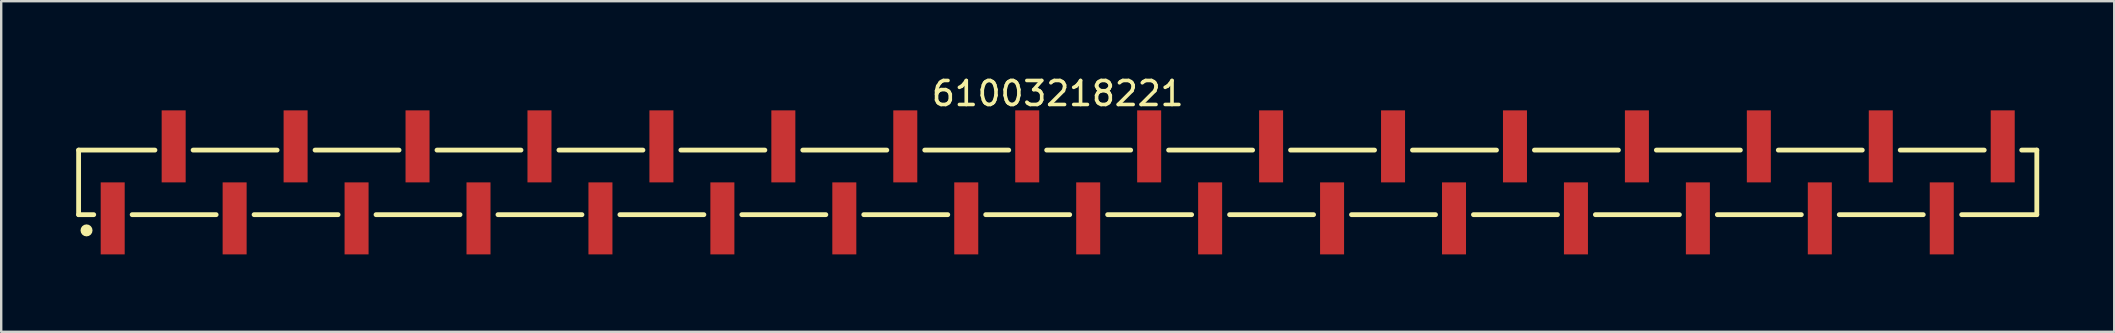
<source format=kicad_pcb>
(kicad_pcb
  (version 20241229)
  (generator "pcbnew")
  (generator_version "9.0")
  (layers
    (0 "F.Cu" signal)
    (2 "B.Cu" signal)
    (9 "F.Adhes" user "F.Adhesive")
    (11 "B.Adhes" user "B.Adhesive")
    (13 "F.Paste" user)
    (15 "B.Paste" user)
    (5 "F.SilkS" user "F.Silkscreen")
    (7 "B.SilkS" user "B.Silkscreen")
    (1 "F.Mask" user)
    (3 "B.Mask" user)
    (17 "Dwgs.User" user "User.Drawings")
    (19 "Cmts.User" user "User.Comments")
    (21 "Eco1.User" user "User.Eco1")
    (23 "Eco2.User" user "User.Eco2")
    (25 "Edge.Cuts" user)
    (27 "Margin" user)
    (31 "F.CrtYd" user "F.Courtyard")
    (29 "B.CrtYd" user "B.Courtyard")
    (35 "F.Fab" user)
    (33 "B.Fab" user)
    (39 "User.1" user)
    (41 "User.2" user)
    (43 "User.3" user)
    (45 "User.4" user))
  (footprint "61003218221"
    (layer "F.Cu")
    (at 41.015 4.548)
    (property "Reference" "61003218221" (at 0 -3.7 0) (layer "F.SilkS") (effects (font (size 1 1) (thickness 0.15))))
    (fp_line (start -40.79 -1.345) (end -37.61 -1.345) (stroke (width 0.2) (type solid)) (layer "F.SilkS"))
    (fp_line (start -40.79 1.345) (end -40.79 -1.345) (stroke (width 0.2) (type solid)) (layer "F.SilkS"))
    (fp_line (start -40.79 1.345) (end -40.16 1.345) (stroke (width 0.2) (type solid)) (layer "F.SilkS"))
    (fp_line (start -38.56 1.345) (end -35.06 1.345) (stroke (width 0.2) (type solid)) (layer "F.SilkS"))
    (fp_line (start -36.02 -1.345) (end -32.52 -1.345) (stroke (width 0.2) (type solid)) (layer "F.SilkS"))
    (fp_line (start -33.48 1.345) (end -29.98 1.345) (stroke (width 0.2) (type solid)) (layer "F.SilkS"))
    (fp_line (start -30.94 -1.345) (end -27.44 -1.345) (stroke (width 0.2) (type solid)) (layer "F.SilkS"))
    (fp_line (start -28.4 1.345) (end -24.9 1.345) (stroke (width 0.2) (type solid)) (layer "F.SilkS"))
    (fp_line (start -25.86 -1.345) (end -22.36 -1.345) (stroke (width 0.2) (type solid)) (layer "F.SilkS"))
    (fp_line (start -23.32 1.345) (end -19.82 1.345) (stroke (width 0.2) (type solid)) (layer "F.SilkS"))
    (fp_line (start -20.78 -1.345) (end -17.28 -1.345) (stroke (width 0.2) (type solid)) (layer "F.SilkS"))
    (fp_line (start -18.24 1.345) (end -14.74 1.345) (stroke (width 0.2) (type solid)) (layer "F.SilkS"))
    (fp_line (start -15.7 -1.345) (end -12.2 -1.345) (stroke (width 0.2) (type solid)) (layer "F.SilkS"))
    (fp_line (start -13.16 1.345) (end -9.66 1.345) (stroke (width 0.2) (type solid)) (layer "F.SilkS"))
    (fp_line (start -10.62 -1.345) (end -7.12 -1.345) (stroke (width 0.2) (type solid)) (layer "F.SilkS"))
    (fp_line (start -8.08 1.345) (end -4.58 1.345) (stroke (width 0.2) (type solid)) (layer "F.SilkS"))
    (fp_line (start -5.54 -1.345) (end -2.04 -1.345) (stroke (width 0.2) (type solid)) (layer "F.SilkS"))
    (fp_line (start -3 1.345) (end 0.5 1.345) (stroke (width 0.2) (type solid)) (layer "F.SilkS"))
    (fp_line (start -0.46 -1.345) (end 3.04 -1.345) (stroke (width 0.2) (type solid)) (layer "F.SilkS"))
    (fp_line (start 2.08 1.345) (end 5.58 1.345) (stroke (width 0.2) (type solid)) (layer "F.SilkS"))
    (fp_line (start 4.62 -1.345) (end 8.12 -1.345) (stroke (width 0.2) (type solid)) (layer "F.SilkS"))
    (fp_line (start 7.16 1.345) (end 10.66 1.345) (stroke (width 0.2) (type solid)) (layer "F.SilkS"))
    (fp_line (start 9.7 -1.345) (end 13.2 -1.345) (stroke (width 0.2) (type solid)) (layer "F.SilkS"))
    (fp_line (start 12.24 1.345) (end 15.74 1.345) (stroke (width 0.2) (type solid)) (layer "F.SilkS"))
    (fp_line (start 14.78 -1.345) (end 18.28 -1.345) (stroke (width 0.2) (type solid)) (layer "F.SilkS"))
    (fp_line (start 17.32 1.345) (end 20.82 1.345) (stroke (width 0.2) (type solid)) (layer "F.SilkS"))
    (fp_line (start 19.86 -1.345) (end 23.36 -1.345) (stroke (width 0.2) (type solid)) (layer "F.SilkS"))
    (fp_line (start 22.4 1.345) (end 25.9 1.345) (stroke (width 0.2) (type solid)) (layer "F.SilkS"))
    (fp_line (start 24.94 -1.345) (end 28.44 -1.345) (stroke (width 0.2) (type solid)) (layer "F.SilkS"))
    (fp_line (start 27.48 1.345) (end 30.98 1.345) (stroke (width 0.2) (type solid)) (layer "F.SilkS"))
    (fp_line (start 30.02 -1.345) (end 33.52 -1.345) (stroke (width 0.2) (type solid)) (layer "F.SilkS"))
    (fp_line (start 32.56 1.345) (end 36.06 1.345) (stroke (width 0.2) (type solid)) (layer "F.SilkS"))
    (fp_line (start 35.1 -1.345) (end 38.6 -1.345) (stroke (width 0.2) (type solid)) (layer "F.SilkS"))
    (fp_line (start 37.66 1.345) (end 40.79 1.345) (stroke (width 0.2) (type solid)) (layer "F.SilkS"))
    (fp_line (start 40.16 -1.345) (end 40.79 -1.345) (stroke (width 0.2) (type solid)) (layer "F.SilkS"))
    (fp_line (start 40.79 1.345) (end 40.79 -1.345) (stroke (width 0.2) (type solid)) (layer "F.SilkS"))
    (fp_circle (center -40.46 2) (end -40.46 1.875) (stroke (width 0.25) (type solid)) (fill no) (layer "F.SilkS"))
    (fp_line (start -40.99 -3.2) (end 40.99 -3.2) (stroke (width 0.05) (type solid)) (layer "Eco2.User"))
    (fp_line (start -40.99 3.2) (end -40.99 -3.2) (stroke (width 0.05) (type solid)) (layer "Eco2.User"))
    (fp_line (start -40.99 3.2) (end 40.99 3.2) (stroke (width 0.05) (type solid)) (layer "Eco2.User"))
    (fp_line (start -40.64 -1.27) (end 40.64 -1.27) (stroke (width 0.1) (type solid)) (layer "Eco2.User"))
    (fp_line (start -40.64 1.27) (end -40.64 -1.27) (stroke (width 0.1) (type solid)) (layer "Eco2.User"))
    (fp_line (start -40.64 1.27) (end 40.64 1.27) (stroke (width 0.1) (type solid)) (layer "Eco2.User"))
    (fp_line (start -39.69 2.5) (end -39.69 1.27) (stroke (width 0.1) (type solid)) (layer "Eco2.User"))
    (fp_line (start -39.69 2.5) (end -39.05 2.5) (stroke (width 0.1) (type solid)) (layer "Eco2.User"))
    (fp_line (start -39.05 2.5) (end -39.05 1.27) (stroke (width 0.1) (type solid)) (layer "Eco2.User"))
    (fp_line (start -37.15 -2.5) (end -36.51 -2.5) (stroke (width 0.1) (type solid)) (layer "Eco2.User"))
    (fp_line (start -37.15 -1.27) (end -37.15 -2.5) (stroke (width 0.1) (type solid)) (layer "Eco2.User"))
    (fp_line (start -36.51 -1.27) (end -36.51 -2.5) (stroke (width 0.1) (type solid)) (layer "Eco2.User"))
    (fp_line (start -34.61 2.5) (end -34.61 1.27) (stroke (width 0.1) (type solid)) (layer "Eco2.User"))
    (fp_line (start -34.61 2.5) (end -33.97 2.5) (stroke (width 0.1) (type solid)) (layer "Eco2.User"))
    (fp_line (start -33.97 2.5) (end -33.97 1.27) (stroke (width 0.1) (type solid)) (layer "Eco2.User"))
    (fp_line (start -32.07 -2.5) (end -31.43 -2.5) (stroke (width 0.1) (type solid)) (layer "Eco2.User"))
    (fp_line (start -32.07 -1.27) (end -32.07 -2.5) (stroke (width 0.1) (type solid)) (layer "Eco2.User"))
    (fp_line (start -31.43 -1.27) (end -31.43 -2.5) (stroke (width 0.1) (type solid)) (layer "Eco2.User"))
    (fp_line (start -29.53 2.5) (end -29.53 1.27) (stroke (width 0.1) (type solid)) (layer "Eco2.User"))
    (fp_line (start -29.53 2.5) (end -28.89 2.5) (stroke (width 0.1) (type solid)) (layer "Eco2.User"))
    (fp_line (start -28.89 2.5) (end -28.89 1.27) (stroke (width 0.1) (type solid)) (layer "Eco2.User"))
    (fp_line (start -26.99 -2.5) (end -26.35 -2.5) (stroke (width 0.1) (type solid)) (layer "Eco2.User"))
    (fp_line (start -26.99 -1.27) (end -26.99 -2.5) (stroke (width 0.1) (type solid)) (layer "Eco2.User"))
    (fp_line (start -26.35 -1.27) (end -26.35 -2.5) (stroke (width 0.1) (type solid)) (layer "Eco2.User"))
    (fp_line (start -24.45 2.5) (end -24.45 1.27) (stroke (width 0.1) (type solid)) (layer "Eco2.User"))
    (fp_line (start -24.45 2.5) (end -23.81 2.5) (stroke (width 0.1) (type solid)) (layer "Eco2.User"))
    (fp_line (start -23.81 2.5) (end -23.81 1.27) (stroke (width 0.1) (type solid)) (layer "Eco2.User"))
    (fp_line (start -21.91 -2.5) (end -21.27 -2.5) (stroke (width 0.1) (type solid)) (layer "Eco2.User"))
    (fp_line (start -21.91 -1.27) (end -21.91 -2.5) (stroke (width 0.1) (type solid)) (layer "Eco2.User"))
    (fp_line (start -21.27 -1.27) (end -21.27 -2.5) (stroke (width 0.1) (type solid)) (layer "Eco2.User"))
    (fp_line (start -19.37 2.5) (end -19.37 1.27) (stroke (width 0.1) (type solid)) (layer "Eco2.User"))
    (fp_line (start -19.37 2.5) (end -18.73 2.5) (stroke (width 0.1) (type solid)) (layer "Eco2.User"))
    (fp_line (start -18.73 2.5) (end -18.73 1.27) (stroke (width 0.1) (type solid)) (layer "Eco2.User"))
    (fp_line (start -16.83 -2.5) (end -16.19 -2.5) (stroke (width 0.1) (type solid)) (layer "Eco2.User"))
    (fp_line (start -16.83 -1.27) (end -16.83 -2.5) (stroke (width 0.1) (type solid)) (layer "Eco2.User"))
    (fp_line (start -16.19 -1.27) (end -16.19 -2.5) (stroke (width 0.1) (type solid)) (layer "Eco2.User"))
    (fp_line (start -14.29 2.5) (end -14.29 1.27) (stroke (width 0.1) (type solid)) (layer "Eco2.User"))
    (fp_line (start -14.29 2.5) (end -13.65 2.5) (stroke (width 0.1) (type solid)) (layer "Eco2.User"))
    (fp_line (start -13.65 2.5) (end -13.65 1.27) (stroke (width 0.1) (type solid)) (layer "Eco2.User"))
    (fp_line (start -11.75 -2.5) (end -11.11 -2.5) (stroke (width 0.1) (type solid)) (layer "Eco2.User"))
    (fp_line (start -11.75 -1.27) (end -11.75 -2.5) (stroke (width 0.1) (type solid)) (layer "Eco2.User"))
    (fp_line (start -11.11 -1.27) (end -11.11 -2.5) (stroke (width 0.1) (type solid)) (layer "Eco2.User"))
    (fp_line (start -9.21 2.5) (end -9.21 1.27) (stroke (width 0.1) (type solid)) (layer "Eco2.User"))
    (fp_line (start -9.21 2.5) (end -8.57 2.5) (stroke (width 0.1) (type solid)) (layer "Eco2.User"))
    (fp_line (start -8.57 2.5) (end -8.57 1.27) (stroke (width 0.1) (type solid)) (layer "Eco2.User"))
    (fp_line (start -6.67 -2.5) (end -6.03 -2.5) (stroke (width 0.1) (type solid)) (layer "Eco2.User"))
    (fp_line (start -6.67 -1.27) (end -6.67 -2.5) (stroke (width 0.1) (type solid)) (layer "Eco2.User"))
    (fp_line (start -6.03 -1.27) (end -6.03 -2.5) (stroke (width 0.1) (type solid)) (layer "Eco2.User"))
    (fp_line (start -4.13 2.5) (end -4.13 1.27) (stroke (width 0.1) (type solid)) (layer "Eco2.User"))
    (fp_line (start -4.13 2.5) (end -3.49 2.5) (stroke (width 0.1) (type solid)) (layer "Eco2.User"))
    (fp_line (start -3.49 2.5) (end -3.49 1.27) (stroke (width 0.1) (type solid)) (layer "Eco2.User"))
    (fp_line (start -1.59 -2.5) (end -0.95 -2.5) (stroke (width 0.1) (type solid)) (layer "Eco2.User"))
    (fp_line (start -1.59 -1.27) (end -1.59 -2.5) (stroke (width 0.1) (type solid)) (layer "Eco2.User"))
    (fp_line (start -0.95 -1.27) (end -0.95 -2.5) (stroke (width 0.1) (type solid)) (layer "Eco2.User"))
    (fp_line (start -0.5 0) (end 0.5 0) (stroke (width 0.05) (type solid)) (layer "Eco2.User"))
    (fp_line (start 0 0.5) (end 0 -0.5) (stroke (width 0.05) (type solid)) (layer "Eco2.User"))
    (fp_line (start 0.95 2.5) (end 0.95 1.27) (stroke (width 0.1) (type solid)) (layer "Eco2.User"))
    (fp_line (start 0.95 2.5) (end 1.59 2.5) (stroke (width 0.1) (type solid)) (layer "Eco2.User"))
    (fp_line (start 1.59 2.5) (end 1.59 1.27) (stroke (width 0.1) (type solid)) (layer "Eco2.User"))
    (fp_line (start 3.49 -2.5) (end 4.13 -2.5) (stroke (width 0.1) (type solid)) (layer "Eco2.User"))
    (fp_line (start 3.49 -1.27) (end 3.49 -2.5) (stroke (width 0.1) (type solid)) (layer "Eco2.User"))
    (fp_line (start 4.13 -1.27) (end 4.13 -2.5) (stroke (width 0.1) (type solid)) (layer "Eco2.User"))
    (fp_line (start 6.03 2.5) (end 6.03 1.27) (stroke (width 0.1) (type solid)) (layer "Eco2.User"))
    (fp_line (start 6.03 2.5) (end 6.67 2.5) (stroke (width 0.1) (type solid)) (layer "Eco2.User"))
    (fp_line (start 6.67 2.5) (end 6.67 1.27) (stroke (width 0.1) (type solid)) (layer "Eco2.User"))
    (fp_line (start 8.57 -2.5) (end 9.21 -2.5) (stroke (width 0.1) (type solid)) (layer "Eco2.User"))
    (fp_line (start 8.57 -1.27) (end 8.57 -2.5) (stroke (width 0.1) (type solid)) (layer "Eco2.User"))
    (fp_line (start 9.21 -1.27) (end 9.21 -2.5) (stroke (width 0.1) (type solid)) (layer "Eco2.User"))
    (fp_line (start 11.11 2.5) (end 11.11 1.27) (stroke (width 0.1) (type solid)) (layer "Eco2.User"))
    (fp_line (start 11.11 2.5) (end 11.75 2.5) (stroke (width 0.1) (type solid)) (layer "Eco2.User"))
    (fp_line (start 11.75 2.5) (end 11.75 1.27) (stroke (width 0.1) (type solid)) (layer "Eco2.User"))
    (fp_line (start 13.65 -2.5) (end 14.29 -2.5) (stroke (width 0.1) (type solid)) (layer "Eco2.User"))
    (fp_line (start 13.65 -1.27) (end 13.65 -2.5) (stroke (width 0.1) (type solid)) (layer "Eco2.User"))
    (fp_line (start 14.29 -1.27) (end 14.29 -2.5) (stroke (width 0.1) (type solid)) (layer "Eco2.User"))
    (fp_line (start 16.19 2.5) (end 16.19 1.27) (stroke (width 0.1) (type solid)) (layer "Eco2.User"))
    (fp_line (start 16.19 2.5) (end 16.83 2.5) (stroke (width 0.1) (type solid)) (layer "Eco2.User"))
    (fp_line (start 16.83 2.5) (end 16.83 1.27) (stroke (width 0.1) (type solid)) (layer "Eco2.User"))
    (fp_line (start 18.73 -2.5) (end 19.37 -2.5) (stroke (width 0.1) (type solid)) (layer "Eco2.User"))
    (fp_line (start 18.73 -1.27) (end 18.73 -2.5) (stroke (width 0.1) (type solid)) (layer "Eco2.User"))
    (fp_line (start 19.37 -1.27) (end 19.37 -2.5) (stroke (width 0.1) (type solid)) (layer "Eco2.User"))
    (fp_line (start 21.27 2.5) (end 21.27 1.27) (stroke (width 0.1) (type solid)) (layer "Eco2.User"))
    (fp_line (start 21.27 2.5) (end 21.91 2.5) (stroke (width 0.1) (type solid)) (layer "Eco2.User"))
    (fp_line (start 21.91 2.5) (end 21.91 1.27) (stroke (width 0.1) (type solid)) (layer "Eco2.User"))
    (fp_line (start 23.81 -2.5) (end 24.45 -2.5) (stroke (width 0.1) (type solid)) (layer "Eco2.User"))
    (fp_line (start 23.81 -1.27) (end 23.81 -2.5) (stroke (width 0.1) (type solid)) (layer "Eco2.User"))
    (fp_line (start 24.45 -1.27) (end 24.45 -2.5) (stroke (width 0.1) (type solid)) (layer "Eco2.User"))
    (fp_line (start 26.35 2.5) (end 26.35 1.27) (stroke (width 0.1) (type solid)) (layer "Eco2.User"))
    (fp_line (start 26.35 2.5) (end 26.99 2.5) (stroke (width 0.1) (type solid)) (layer "Eco2.User"))
    (fp_line (start 26.99 2.5) (end 26.99 1.27) (stroke (width 0.1) (type solid)) (layer "Eco2.User"))
    (fp_line (start 28.89 -2.5) (end 29.53 -2.5) (stroke (width 0.1) (type solid)) (layer "Eco2.User"))
    (fp_line (start 28.89 -1.27) (end 28.89 -2.5) (stroke (width 0.1) (type solid)) (layer "Eco2.User"))
    (fp_line (start 29.53 -1.27) (end 29.53 -2.5) (stroke (width 0.1) (type solid)) (layer "Eco2.User"))
    (fp_line (start 31.43 2.5) (end 31.43 1.27) (stroke (width 0.1) (type solid)) (layer "Eco2.User"))
    (fp_line (start 31.43 2.5) (end 32.07 2.5) (stroke (width 0.1) (type solid)) (layer "Eco2.User"))
    (fp_line (start 32.07 2.5) (end 32.07 1.27) (stroke (width 0.1) (type solid)) (layer "Eco2.User"))
    (fp_line (start 33.97 -2.5) (end 34.61 -2.5) (stroke (width 0.1) (type solid)) (layer "Eco2.User"))
    (fp_line (start 33.97 -1.27) (end 33.97 -2.5) (stroke (width 0.1) (type solid)) (layer "Eco2.User"))
    (fp_line (start 34.61 -1.27) (end 34.61 -2.5) (stroke (width 0.1) (type solid)) (layer "Eco2.User"))
    (fp_line (start 36.51 2.5) (end 36.51 1.27) (stroke (width 0.1) (type solid)) (layer "Eco2.User"))
    (fp_line (start 36.51 2.5) (end 37.15 2.5) (stroke (width 0.1) (type solid)) (layer "Eco2.User"))
    (fp_line (start 37.15 2.5) (end 37.15 1.27) (stroke (width 0.1) (type solid)) (layer "Eco2.User"))
    (fp_line (start 39.05 -2.5) (end 39.69 -2.5) (stroke (width 0.1) (type solid)) (layer "Eco2.User"))
    (fp_line (start 39.05 -1.27) (end 39.05 -2.5) (stroke (width 0.1) (type solid)) (layer "Eco2.User"))
    (fp_line (start 39.69 -1.27) (end 39.69 -2.5) (stroke (width 0.1) (type solid)) (layer "Eco2.User"))
    (fp_line (start 40.64 1.27) (end 40.64 -1.27) (stroke (width 0.1) (type solid)) (layer "Eco2.User"))
    (fp_line (start 40.99 3.2) (end 40.99 -3.2) (stroke (width 0.05) (type solid)) (layer "Eco2.User"))
    (fp_text user "${REFERENCE}" (at 0.15 -0.197 0) (unlocked yes) (layer "User.3") (effects (font (size 1.5 1.5) (thickness 0.15))))
    (pad "1" smd rect (at -39.37 1.5) (size 1 3) (layers "F.Cu" "F.Mask" "F.Paste"))
    (pad "2" smd rect (at -36.83 -1.5) (size 1 3) (layers "F.Cu" "F.Mask" "F.Paste"))
    (pad "3" smd rect (at -34.29 1.5) (size 1 3) (layers "F.Cu" "F.Mask" "F.Paste"))
    (pad "4" smd rect (at -31.75 -1.5) (size 1 3) (layers "F.Cu" "F.Mask" "F.Paste"))
    (pad "5" smd rect (at -29.21 1.5) (size 1 3) (layers "F.Cu" "F.Mask" "F.Paste"))
    (pad "6" smd rect (at -26.67 -1.5) (size 1 3) (layers "F.Cu" "F.Mask" "F.Paste"))
    (pad "7" smd rect (at -24.13 1.5) (size 1 3) (layers "F.Cu" "F.Mask" "F.Paste"))
    (pad "8" smd rect (at -21.59 -1.5) (size 1 3) (layers "F.Cu" "F.Mask" "F.Paste"))
    (pad "9" smd rect (at -19.05 1.5) (size 1 3) (layers "F.Cu" "F.Mask" "F.Paste"))
    (pad "10" smd rect (at -16.51 -1.5) (size 1 3) (layers "F.Cu" "F.Mask" "F.Paste"))
    (pad "11" smd rect (at -13.97 1.5) (size 1 3) (layers "F.Cu" "F.Mask" "F.Paste"))
    (pad "12" smd rect (at -11.43 -1.5) (size 1 3) (layers "F.Cu" "F.Mask" "F.Paste"))
    (pad "13" smd rect (at -8.89 1.5) (size 1 3) (layers "F.Cu" "F.Mask" "F.Paste"))
    (pad "14" smd rect (at -6.35 -1.5) (size 1 3) (layers "F.Cu" "F.Mask" "F.Paste"))
    (pad "15" smd rect (at -3.81 1.5) (size 1 3) (layers "F.Cu" "F.Mask" "F.Paste"))
    (pad "16" smd rect (at -1.27 -1.5) (size 1 3) (layers "F.Cu" "F.Mask" "F.Paste"))
    (pad "17" smd rect (at 1.27 1.5) (size 1 3) (layers "F.Cu" "F.Mask" "F.Paste"))
    (pad "18" smd rect (at 3.81 -1.5) (size 1 3) (layers "F.Cu" "F.Mask" "F.Paste"))
    (pad "19" smd rect (at 6.35 1.5) (size 1 3) (layers "F.Cu" "F.Mask" "F.Paste"))
    (pad "20" smd rect (at 8.89 -1.5) (size 1 3) (layers "F.Cu" "F.Mask" "F.Paste"))
    (pad "21" smd rect (at 11.43 1.5) (size 1 3) (layers "F.Cu" "F.Mask" "F.Paste"))
    (pad "22" smd rect (at 13.97 -1.5) (size 1 3) (layers "F.Cu" "F.Mask" "F.Paste"))
    (pad "23" smd rect (at 16.51 1.5) (size 1 3) (layers "F.Cu" "F.Mask" "F.Paste"))
    (pad "24" smd rect (at 19.05 -1.5) (size 1 3) (layers "F.Cu" "F.Mask" "F.Paste"))
    (pad "25" smd rect (at 21.59 1.5) (size 1 3) (layers "F.Cu" "F.Mask" "F.Paste"))
    (pad "26" smd rect (at 24.13 -1.5) (size 1 3) (layers "F.Cu" "F.Mask" "F.Paste"))
    (pad "27" smd rect (at 26.67 1.5) (size 1 3) (layers "F.Cu" "F.Mask" "F.Paste"))
    (pad "28" smd rect (at 29.21 -1.5) (size 1 3) (layers "F.Cu" "F.Mask" "F.Paste"))
    (pad "29" smd rect (at 31.75 1.5) (size 1 3) (layers "F.Cu" "F.Mask" "F.Paste"))
    (pad "30" smd rect (at 34.29 -1.5) (size 1 3) (layers "F.Cu" "F.Mask" "F.Paste"))
    (pad "31" smd rect (at 36.83 1.5) (size 1 3) (layers "F.Cu" "F.Mask" "F.Paste"))
    (pad "32" smd rect (at 39.37 -1.5) (size 1 3) (layers "F.Cu" "F.Mask" "F.Paste")))
  (gr_rect
    (start -3 -3)
    (end 85.03 10.773)
    (stroke (width 0.1) (type default))
    (fill no)
    (layer "Edge.Cuts")))
</source>
